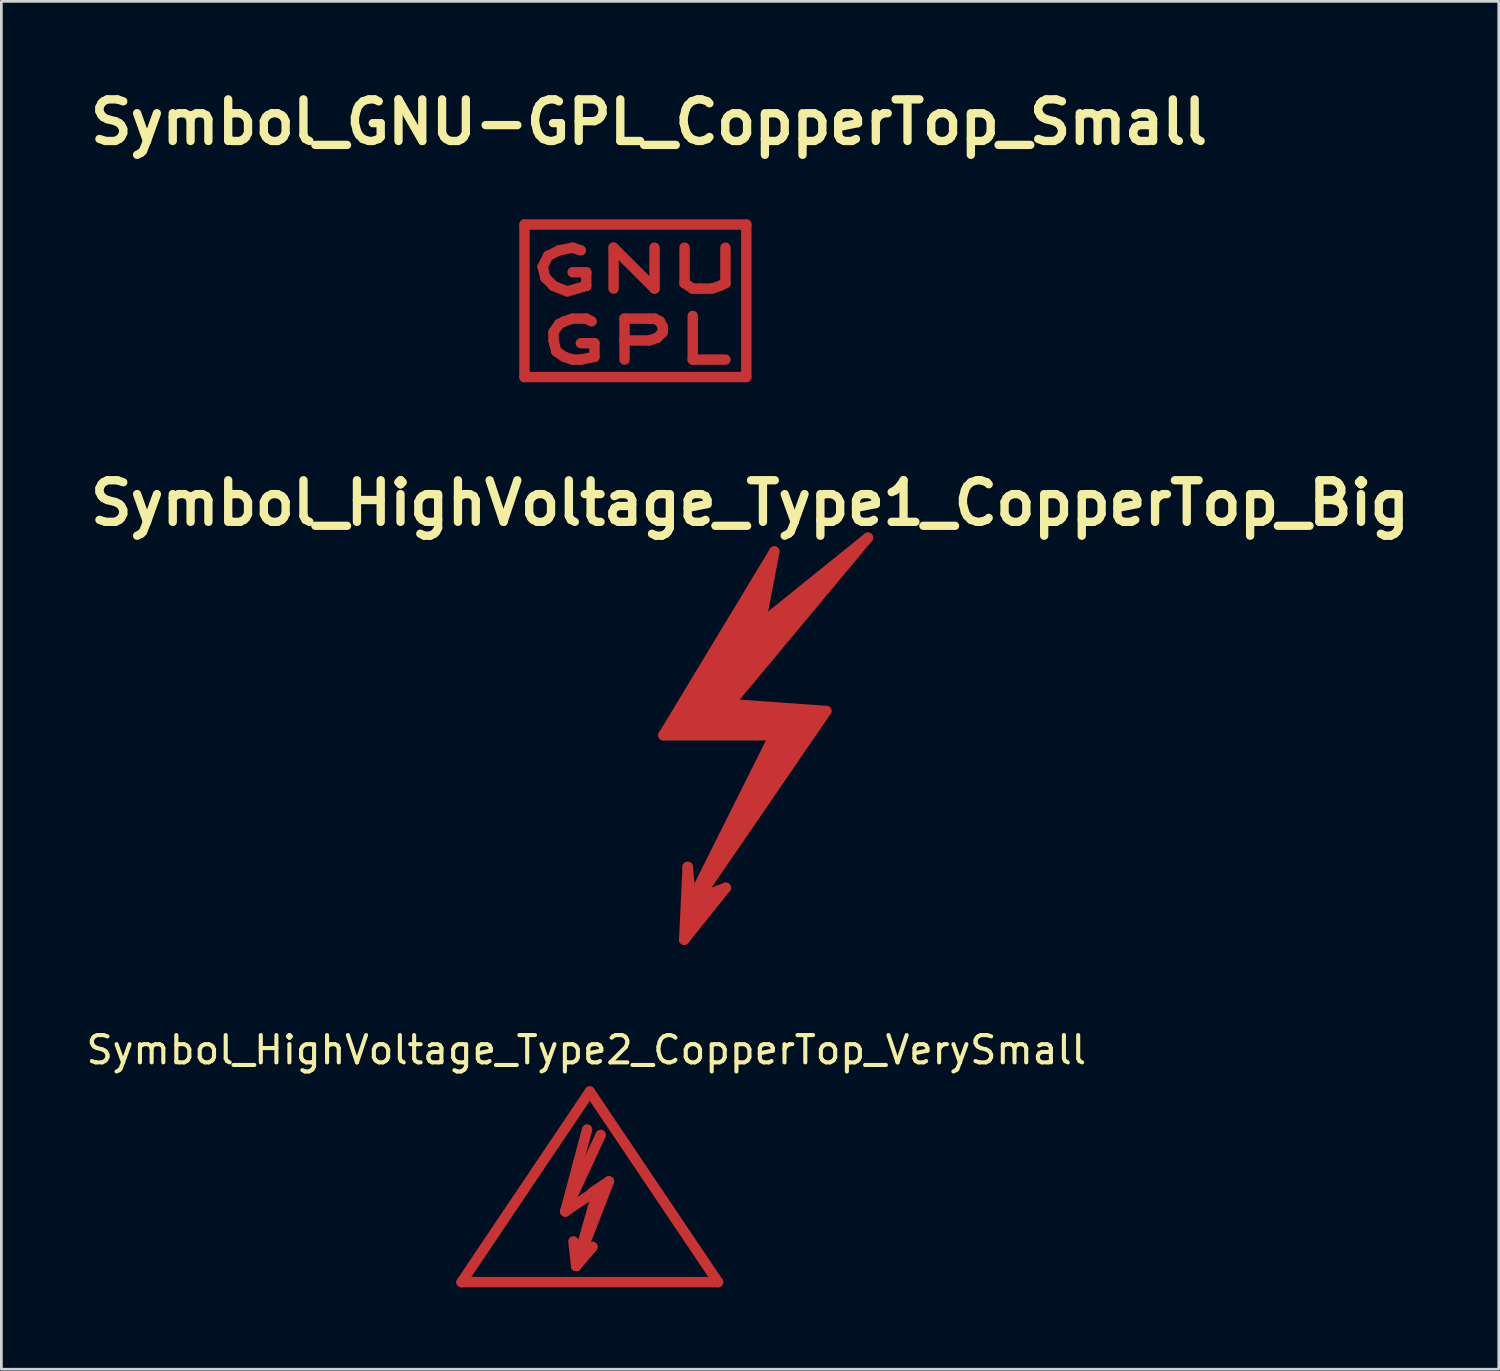
<source format=kicad_pcb>
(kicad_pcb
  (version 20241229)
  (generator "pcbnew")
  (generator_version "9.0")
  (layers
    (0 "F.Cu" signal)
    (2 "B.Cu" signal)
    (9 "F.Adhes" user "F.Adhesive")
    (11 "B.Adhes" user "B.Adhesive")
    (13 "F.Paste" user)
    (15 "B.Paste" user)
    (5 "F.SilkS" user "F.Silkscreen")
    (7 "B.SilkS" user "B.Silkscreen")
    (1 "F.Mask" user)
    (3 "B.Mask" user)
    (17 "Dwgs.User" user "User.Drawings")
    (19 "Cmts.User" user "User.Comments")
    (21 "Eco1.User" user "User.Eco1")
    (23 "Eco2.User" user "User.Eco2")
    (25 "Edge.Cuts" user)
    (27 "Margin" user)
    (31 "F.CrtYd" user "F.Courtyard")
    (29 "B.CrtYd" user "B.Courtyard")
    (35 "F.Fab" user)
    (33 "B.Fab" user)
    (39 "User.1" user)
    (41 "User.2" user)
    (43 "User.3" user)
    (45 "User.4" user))
  (footprint "Symbol_HighVoltage_Type1_CopperTop_Big"
    (layer "F.Cu")
    (at 24.435 23.511)
    (property "Reference" "Symbol_HighVoltage_Type1_CopperTop_Big" (at 0 -8.128 0) (layer "F.SilkS") (effects (font (size 1.524 1.524) (thickness 0.305))))
    (attr through_hole)
    (fp_line (start -3.175 0.381) (end 0.889 0.381) (stroke (width 0.381) (type solid)) (layer "F.Cu"))
    (fp_line (start -2.794 0.254) (end 0.381 -4.318) (stroke (width 0.381) (type solid)) (layer "F.Cu"))
    (fp_line (start -2.413 0.127) (end 0.254 -3.556) (stroke (width 0.381) (type solid)) (layer "F.Cu"))
    (fp_line (start -2.413 7.874) (end -0.889 5.969) (stroke (width 0.381) (type solid)) (layer "F.Cu"))
    (fp_line (start -2.286 5.207) (end -2.413 7.874) (stroke (width 0.381) (type solid)) (layer "F.Cu"))
    (fp_line (start -2.286 7.239) (end -1.905 6.35) (stroke (width 0.381) (type solid)) (layer "F.Cu"))
    (fp_line (start -2.159 6.477) (end -2.286 5.207) (stroke (width 0.381) (type solid)) (layer "F.Cu"))
    (fp_line (start -2.032 0.127) (end 2.667 -5.207) (stroke (width 0.381) (type solid)) (layer "F.Cu"))
    (fp_line (start -1.905 6.096) (end -1.778 6.223) (stroke (width 0.381) (type solid)) (layer "F.Cu"))
    (fp_line (start -1.905 6.35) (end -1.778 5.969) (stroke (width 0.381) (type solid)) (layer "F.Cu"))
    (fp_line (start -1.905 6.35) (end 2.794 -0.508) (stroke (width 0.381) (type solid)) (layer "F.Cu"))
    (fp_line (start -1.778 5.969) (end -1.905 6.096) (stroke (width 0.381) (type solid)) (layer "F.Cu"))
    (fp_line (start -1.651 0.254) (end 2.032 0.127) (stroke (width 0.381) (type solid)) (layer "F.Cu"))
    (fp_line (start -1.524 6.477) (end -2.286 7.239) (stroke (width 0.381) (type solid)) (layer "F.Cu"))
    (fp_line (start -1.397 5.461) (end 1.397 0.127) (stroke (width 0.381) (type solid)) (layer "F.Cu"))
    (fp_line (start -1.143 0) (end 1.905 -0.127) (stroke (width 0.381) (type solid)) (layer "F.Cu"))
    (fp_line (start -1.016 -1.524) (end 1.524 -4.445) (stroke (width 0.381) (type solid)) (layer "F.Cu"))
    (fp_line (start -1.016 -1.016) (end -0.762 -0.381) (stroke (width 0.381) (type solid)) (layer "F.Cu"))
    (fp_line (start -1.016 -0.381) (end -1.143 0) (stroke (width 0.381) (type solid)) (layer "F.Cu"))
    (fp_line (start -0.889 5.969) (end -1.905 6.35) (stroke (width 0.381) (type solid)) (layer "F.Cu"))
    (fp_line (start -0.762 -0.762) (end 4.318 -6.858) (stroke (width 0.381) (type solid)) (layer "F.Cu"))
    (fp_line (start 0.254 -3.556) (end -2.032 0.127) (stroke (width 0.381) (type solid)) (layer "F.Cu"))
    (fp_line (start 0.381 -4.318) (end -2.413 0.127) (stroke (width 0.381) (type solid)) (layer "F.Cu"))
    (fp_line (start 0.381 -3.683) (end 0.889 -6.35) (stroke (width 0.381) (type solid)) (layer "F.Cu"))
    (fp_line (start 0.508 -5.588) (end 0.381 -4.953) (stroke (width 0.381) (type solid)) (layer "F.Cu"))
    (fp_line (start 0.508 -5.08) (end -2.794 0.254) (stroke (width 0.381) (type solid)) (layer "F.Cu"))
    (fp_line (start 0.889 -6.35) (end -3.175 0.381) (stroke (width 0.381) (type solid)) (layer "F.Cu"))
    (fp_line (start 0.889 0.381) (end -2.159 6.477) (stroke (width 0.381) (type solid)) (layer "F.Cu"))
    (fp_line (start 1.397 0.127) (end 2.032 0.127) (stroke (width 0.381) (type solid)) (layer "F.Cu"))
    (fp_line (start 1.524 -4.445) (end -1.651 0.254) (stroke (width 0.381) (type solid)) (layer "F.Cu"))
    (fp_line (start 1.905 -0.127) (end -1.397 5.461) (stroke (width 0.381) (type solid)) (layer "F.Cu"))
    (fp_line (start 2.032 0.127) (end 0.762 2.159) (stroke (width 0.381) (type solid)) (layer "F.Cu"))
    (fp_line (start 2.032 0.127) (end 2.413 -0.381) (stroke (width 0.381) (type solid)) (layer "F.Cu"))
    (fp_line (start 2.413 -0.381) (end -1.016 -0.381) (stroke (width 0.381) (type solid)) (layer "F.Cu"))
    (fp_line (start 2.667 -5.207) (end -1.016 -1.524) (stroke (width 0.381) (type solid)) (layer "F.Cu"))
    (fp_line (start 2.794 -0.508) (end -0.762 -0.762) (stroke (width 0.381) (type solid)) (layer "F.Cu"))
    (fp_line (start 3.048 -5.461) (end 0.127 -3.175) (stroke (width 0.381) (type solid)) (layer "F.Cu"))
    (fp_line (start 4.318 -6.858) (end 0.381 -3.683) (stroke (width 0.381) (type solid)) (layer "F.Cu")))
  (footprint "Symbol_GNU-GPL_CopperTop_Small"
    (layer "F.Cu")
    (at 20.233 8.226)
    (property "Reference" "Symbol_GNU-GPL_CopperTop_Small" (at 0.5 -6.8 0) (layer "F.SilkS") (effects (font (size 1.524 1.524) (thickness 0.305))))
    (attr through_hole)
    (fp_line (start -4.064 -3.048) (end 4.064 -3.048) (stroke (width 0.381) (type solid)) (layer "F.Cu"))
    (fp_line (start -4.064 2.54) (end -4.064 -3.048) (stroke (width 0.381) (type solid)) (layer "F.Cu"))
    (fp_line (start -3.401 -1.501) (end -3.299 -1.1) (stroke (width 0.381) (type solid)) (layer "F.Cu"))
    (fp_line (start -3.299 -1.1) (end -3 -0.8) (stroke (width 0.381) (type solid)) (layer "F.Cu"))
    (fp_line (start -3.2 -1.9) (end -3.401 -1.501) (stroke (width 0.381) (type solid)) (layer "F.Cu"))
    (fp_line (start -3 -0.8) (end -2.499 -0.599) (stroke (width 0.381) (type solid)) (layer "F.Cu"))
    (fp_line (start -3 0.899) (end -3 1.199) (stroke (width 0.381) (type solid)) (layer "F.Cu"))
    (fp_line (start -3 1.199) (end -2.901 1.6) (stroke (width 0.381) (type solid)) (layer "F.Cu"))
    (fp_line (start -2.901 1.6) (end -2.601 1.801) (stroke (width 0.381) (type solid)) (layer "F.Cu"))
    (fp_line (start -2.799 -2.101) (end -3.2 -1.9) (stroke (width 0.381) (type solid)) (layer "F.Cu"))
    (fp_line (start -2.799 0.599) (end -3 0.899) (stroke (width 0.381) (type solid)) (layer "F.Cu"))
    (fp_line (start -2.601 0.5) (end -2.799 0.599) (stroke (width 0.381) (type solid)) (layer "F.Cu"))
    (fp_line (start -2.601 1.801) (end -2.301 1.9) (stroke (width 0.381) (type solid)) (layer "F.Cu"))
    (fp_line (start -2.499 -0.599) (end -1.801 -0.8) (stroke (width 0.381) (type solid)) (layer "F.Cu"))
    (fp_line (start -2.301 -2.2) (end -2.799 -2.101) (stroke (width 0.381) (type solid)) (layer "F.Cu"))
    (fp_line (start -2.301 0.399) (end -2.601 0.5) (stroke (width 0.381) (type solid)) (layer "F.Cu"))
    (fp_line (start -2.301 1.9) (end -1.999 1.9) (stroke (width 0.381) (type solid)) (layer "F.Cu"))
    (fp_line (start -1.999 -2.101) (end -2.301 -2.2) (stroke (width 0.381) (type solid)) (layer "F.Cu"))
    (fp_line (start -1.999 1.9) (end -1.501 1.801) (stroke (width 0.381) (type solid)) (layer "F.Cu"))
    (fp_line (start -1.801 -1.3) (end -2.301 -1.3) (stroke (width 0.381) (type solid)) (layer "F.Cu"))
    (fp_line (start -1.801 -0.8) (end -1.801 -1.3) (stroke (width 0.381) (type solid)) (layer "F.Cu"))
    (fp_line (start -1.801 0.399) (end -2.301 0.399) (stroke (width 0.381) (type solid)) (layer "F.Cu"))
    (fp_line (start -1.6 0.5) (end -1.801 0.399) (stroke (width 0.381) (type solid)) (layer "F.Cu"))
    (fp_line (start -1.501 1.3) (end -1.999 1.3) (stroke (width 0.381) (type solid)) (layer "F.Cu"))
    (fp_line (start -1.501 1.801) (end -1.501 1.3) (stroke (width 0.381) (type solid)) (layer "F.Cu"))
    (fp_line (start -0.8 -2.2) (end 0.701 -0.701) (stroke (width 0.381) (type solid)) (layer "F.Cu"))
    (fp_line (start -0.8 -0.701) (end -0.8 -2.2) (stroke (width 0.381) (type solid)) (layer "F.Cu"))
    (fp_line (start -0.399 0.399) (end 0.5 0.399) (stroke (width 0.381) (type solid)) (layer "F.Cu"))
    (fp_line (start -0.399 1.9) (end -0.399 0.399) (stroke (width 0.381) (type solid)) (layer "F.Cu"))
    (fp_line (start 0.5 0.399) (end 0.701 0.399) (stroke (width 0.381) (type solid)) (layer "F.Cu"))
    (fp_line (start 0.5 1.199) (end -0.399 1.199) (stroke (width 0.381) (type solid)) (layer "F.Cu"))
    (fp_line (start 0.701 -0.701) (end 0.701 -2.2) (stroke (width 0.381) (type solid)) (layer "F.Cu"))
    (fp_line (start 0.701 0.399) (end 0.899 0.5) (stroke (width 0.381) (type solid)) (layer "F.Cu"))
    (fp_line (start 0.8 1.1) (end 0.5 1.199) (stroke (width 0.381) (type solid)) (layer "F.Cu"))
    (fp_line (start 0.899 0.5) (end 1.001 0.701) (stroke (width 0.381) (type solid)) (layer "F.Cu"))
    (fp_line (start 1.001 0.701) (end 1.001 0.899) (stroke (width 0.381) (type solid)) (layer "F.Cu"))
    (fp_line (start 1.001 0.899) (end 0.8 1.1) (stroke (width 0.381) (type solid)) (layer "F.Cu"))
    (fp_line (start 1.801 -2.2) (end 1.801 -0.899) (stroke (width 0.381) (type solid)) (layer "F.Cu"))
    (fp_line (start 1.801 -0.899) (end 2.101 -0.701) (stroke (width 0.381) (type solid)) (layer "F.Cu"))
    (fp_line (start 2.101 -0.701) (end 2.4 -0.701) (stroke (width 0.381) (type solid)) (layer "F.Cu"))
    (fp_line (start 2.101 0.3) (end 2.101 1.9) (stroke (width 0.381) (type solid)) (layer "F.Cu"))
    (fp_line (start 2.101 1.9) (end 3.299 1.9) (stroke (width 0.381) (type solid)) (layer "F.Cu"))
    (fp_line (start 2.4 -0.701) (end 2.799 -0.701) (stroke (width 0.381) (type solid)) (layer "F.Cu"))
    (fp_line (start 2.799 -0.701) (end 3.099 -0.8) (stroke (width 0.381) (type solid)) (layer "F.Cu"))
    (fp_line (start 3.099 -0.8) (end 3.299 -0.899) (stroke (width 0.381) (type solid)) (layer "F.Cu"))
    (fp_line (start 3.299 -0.899) (end 3.299 -2.2) (stroke (width 0.381) (type solid)) (layer "F.Cu"))
    (fp_line (start 4.064 -3.048) (end 4.064 2.54) (stroke (width 0.381) (type solid)) (layer "F.Cu"))
    (fp_line (start 4.064 2.54) (end -4.064 2.54) (stroke (width 0.381) (type solid)) (layer "F.Cu")))
  (footprint "Symbol_HighVoltage_Type2_CopperTop_VerySmall"
    (layer "F.Cu")
    (at 18.562 41.139)
    (property "Reference" "Symbol_HighVoltage_Type2_CopperTop_VerySmall" (at -0.127 -5.715 0) (layer "F.SilkS") (effects (font (size 1 1) (thickness 0.15))))
    (attr through_hole)
    (fp_line (start -4.699 2.794) (end 0 -4.191) (stroke (width 0.381) (type solid)) (layer "F.Cu"))
    (fp_line (start -0.899 0.201) (end 0.3 -0.599) (stroke (width 0.381) (type solid)) (layer "F.Cu"))
    (fp_line (start -0.899 0.201) (end 0.401 -2.601) (stroke (width 0.381) (type solid)) (layer "F.Cu"))
    (fp_line (start -0.498 2.2) (end -0.599 1.3) (stroke (width 0.381) (type solid)) (layer "F.Cu"))
    (fp_line (start -0.498 2.2) (end 0.102 1.501) (stroke (width 0.381) (type solid)) (layer "F.Cu"))
    (fp_line (start -0.498 2.2) (end 0.701 -0.899) (stroke (width 0.381) (type solid)) (layer "F.Cu"))
    (fp_line (start -0.099 -2.799) (end -0.899 0.201) (stroke (width 0.381) (type solid)) (layer "F.Cu"))
    (fp_line (start 0 -4.191) (end 4.699 2.794) (stroke (width 0.381) (type solid)) (layer "F.Cu"))
    (fp_line (start 0.3 -0.599) (end -0.498 2.2) (stroke (width 0.381) (type solid)) (layer "F.Cu"))
    (fp_line (start 0.701 -0.899) (end 0.102 -0.5) (stroke (width 0.381) (type solid)) (layer "F.Cu"))
    (fp_line (start 4.699 2.794) (end -4.699 2.794) (stroke (width 0.381) (type solid)) (layer "F.Cu")))
  (gr_rect
    (start -3 -3)
    (end 51.87 47.123)
    (stroke (width 0.1) (type default))
    (fill no)
    (layer "Edge.Cuts")))
</source>
